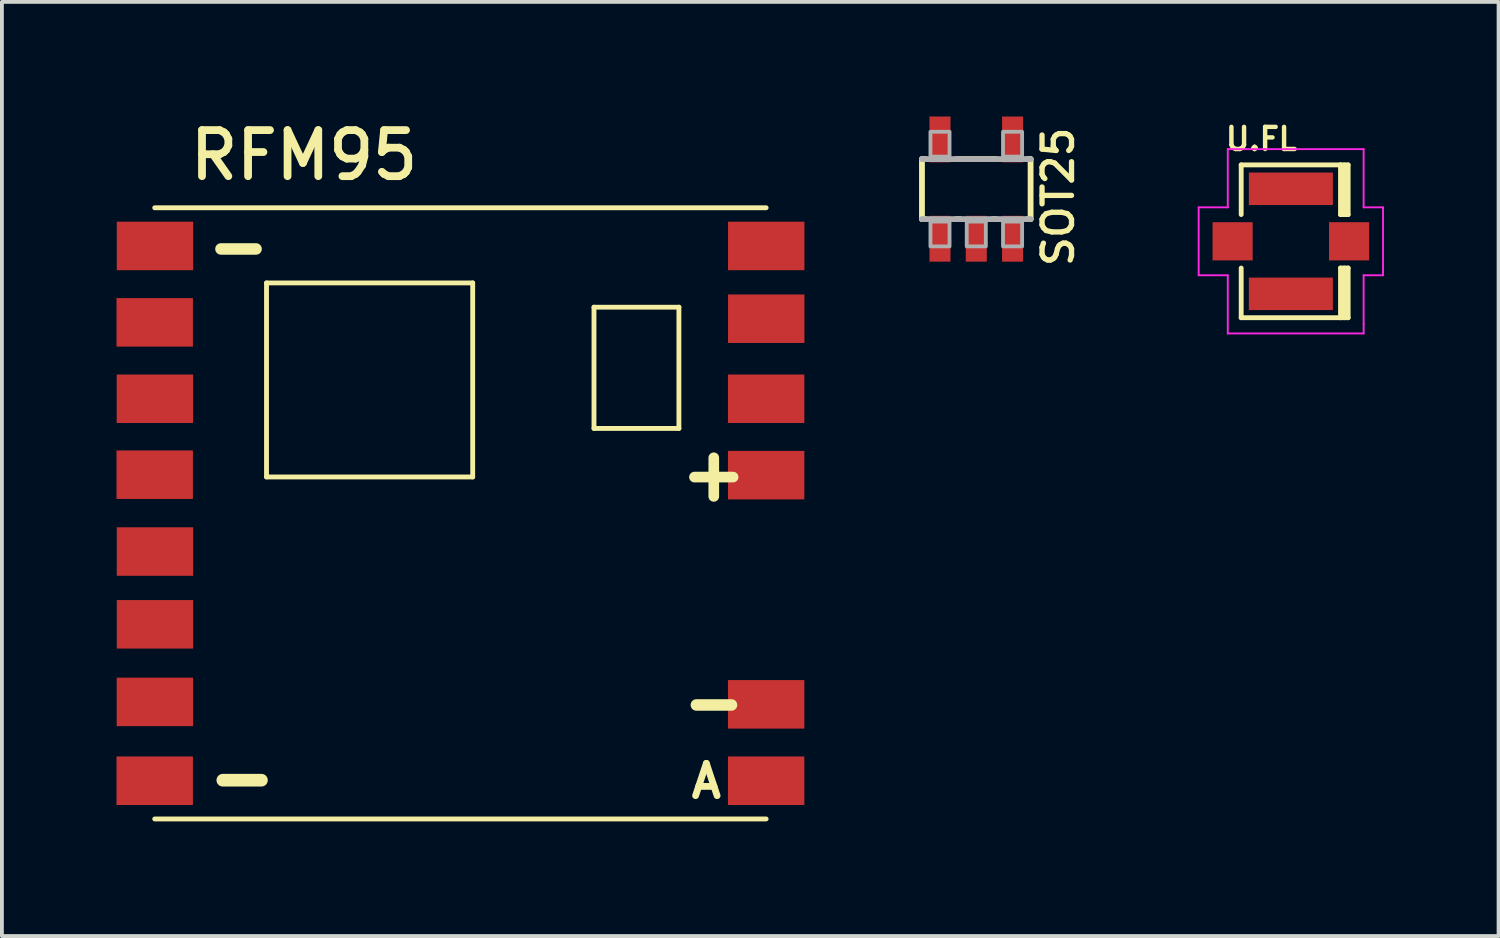
<source format=kicad_pcb>
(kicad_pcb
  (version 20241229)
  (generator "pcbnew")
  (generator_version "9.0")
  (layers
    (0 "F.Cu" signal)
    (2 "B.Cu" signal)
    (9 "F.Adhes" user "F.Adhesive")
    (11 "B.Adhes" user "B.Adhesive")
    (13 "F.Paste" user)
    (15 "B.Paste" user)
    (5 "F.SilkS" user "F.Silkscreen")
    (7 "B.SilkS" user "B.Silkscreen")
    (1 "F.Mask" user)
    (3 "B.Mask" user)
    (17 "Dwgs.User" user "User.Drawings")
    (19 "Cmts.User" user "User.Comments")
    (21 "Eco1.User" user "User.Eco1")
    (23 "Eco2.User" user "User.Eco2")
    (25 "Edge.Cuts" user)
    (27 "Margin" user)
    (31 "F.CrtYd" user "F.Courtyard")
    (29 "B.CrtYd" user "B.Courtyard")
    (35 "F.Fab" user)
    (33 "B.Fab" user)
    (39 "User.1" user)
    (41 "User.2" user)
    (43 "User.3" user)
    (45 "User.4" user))
  (footprint "RFM95"
    (layer "F.Cu")
    (at 11.23 10.389)
    (property "Reference" "RFM95" (at -3.23 -10.08 0) (layer "F.SilkS") (effects (font (size 1.206 1.206) (thickness 0.203)) (justify right top)))
    (attr through_hole)
    (fp_line (start -10.23 8) (end 5.777 8) (stroke (width 0.127) (type solid)) (layer "F.SilkS"))
    (fp_line (start -7.303 -6.032) (end -7.303 -0.953) (stroke (width 0.127) (type solid)) (layer "F.SilkS"))
    (fp_line (start -7.303 -0.953) (end -1.905 -0.953) (stroke (width 0.127) (type solid)) (layer "F.SilkS"))
    (fp_line (start -1.905 -6.032) (end -7.303 -6.032) (stroke (width 0.127) (type solid)) (layer "F.SilkS"))
    (fp_line (start -1.905 -0.953) (end -1.905 -6.032) (stroke (width 0.127) (type solid)) (layer "F.SilkS"))
    (fp_line (start 1.27 -5.397) (end 1.27 -2.223) (stroke (width 0.127) (type solid)) (layer "F.SilkS"))
    (fp_line (start 1.27 -2.223) (end 3.493 -2.223) (stroke (width 0.127) (type solid)) (layer "F.SilkS"))
    (fp_line (start 3.493 -5.397) (end 1.27 -5.397) (stroke (width 0.127) (type solid)) (layer "F.SilkS"))
    (fp_line (start 3.493 -2.223) (end 3.493 -5.397) (stroke (width 0.127) (type solid)) (layer "F.SilkS"))
    (fp_line (start 5.777 -8) (end -10.23 -8) (stroke (width 0.127) (type solid)) (layer "F.SilkS"))
    (fp_text user "+" (at 3.401 -0.267 0) (layer "F.SilkS") (effects (font (size 1.327 1.327) (thickness 0.279)) (justify left bottom)))
    (fp_text user "A" (at 3.732 7.503 0) (layer "F.SilkS") (effects (font (size 0.845 0.845) (thickness 0.178)) (justify left bottom)))
    (fp_text user "-" (at -8.981 -6.299 0) (layer "F.SilkS") (effects (font (size 1.206 1.206) (thickness 0.318)) (justify left bottom)))
    (fp_text user "-" (at 3.465 5.639 0) (layer "F.SilkS") (effects (font (size 1.206 1.206) (thickness 0.318)) (justify left bottom)))
    (fp_text user "-" (at -8.981 7.671 0) (layer "F.SilkS") (effects (font (size 1.327 1.327) (thickness 0.349)) (justify left bottom)))
    (pad "ANT" smd rect (at 5.777 7) (size 2 1.27) (layers "F.Cu" "F.Mask" "F.Paste"))
    (pad "DIO0" smd rect (at 5.777 -3) (size 2 1.27) (layers "F.Cu" "F.Mask" "F.Paste"))
    (pad "DIO1" smd rect (at 5.779 -5.095 180) (size 2 1.27) (layers "F.Cu" "F.Mask" "F.Paste"))
    (pad "DIO2" smd rect (at 5.779 -7 180) (size 2 1.27) (layers "F.Cu" "F.Mask" "F.Paste"))
    (pad "DIO5" smd rect (at -10.225 4.936) (size 2 1.27) (layers "F.Cu" "F.Mask" "F.Paste"))
    (pad "GND" smd rect (at 5.777 5) (size 2 1.27) (layers "F.Cu" "F.Mask" "F.Paste"))
    (pad "GND1" smd rect (at -10.223 -7 180) (size 2 1.27) (layers "F.Cu" "F.Mask" "F.Paste"))
    (pad "GND2" smd rect (at -10.23 7) (size 2 1.27) (layers "F.Cu" "F.Mask" "F.Paste"))
    (pad "MISO" smd rect (at -10.23 -5) (size 2 1.27) (layers "F.Cu" "F.Mask" "F.Paste"))
    (pad "MOSI" smd rect (at -10.225 -3) (size 2 1.27) (layers "F.Cu" "F.Mask" "F.Paste"))
    (pad "NSS" smd rect (at -10.223 1 180) (size 2 1.27) (layers "F.Cu" "F.Mask" "F.Paste"))
    (pad "RST" smd rect (at -10.223 2.905 180) (size 2 1.27) (layers "F.Cu" "F.Mask" "F.Paste"))
    (pad "SCK" smd rect (at -10.23 -1.012) (size 2 1.27) (layers "F.Cu" "F.Mask" "F.Paste"))
    (pad "VDD" smd rect (at 5.777 -1) (size 2 1.27) (layers "F.Cu" "F.Mask" "F.Paste")))
  (footprint "U.FL"
    (layer "F.Cu")
    (at 30.743 3.267)
    (property "Reference" "U.FL" (at -1.77 -2.34 0) (layer "F.SilkS") (effects (font (size 0.579 0.579) (thickness 0.116)) (justify left bottom)))
    (attr smd)
    (fp_line (start -1.3 -0.7) (end -1.3 -2) (stroke (width 0.127) (type solid)) (layer "F.SilkS"))
    (fp_line (start -1.3 2) (end -1.3 0.7) (stroke (width 0.127) (type solid)) (layer "F.SilkS"))
    (fp_line (start -1.3 2) (end 1.3 2) (stroke (width 0.127) (type solid)) (layer "F.SilkS"))
    (fp_line (start 1.3 -2) (end -1.3 -2) (stroke (width 0.127) (type solid)) (layer "F.SilkS"))
    (fp_line (start 1.3 -0.7) (end 1.3 -2) (stroke (width 0.127) (type solid)) (layer "F.SilkS"))
    (fp_line (start 1.3 2) (end 1.3 0.7) (stroke (width 0.127) (type solid)) (layer "F.SilkS"))
    (fp_line (start 1.4 -0.7) (end 1.4 -2) (stroke (width 0.127) (type solid)) (layer "F.SilkS"))
    (fp_line (start 1.4 2) (end 1.4 0.7) (stroke (width 0.127) (type solid)) (layer "F.SilkS"))
    (fp_line (start 1.5 -2) (end 1.3 -2) (stroke (width 0.127) (type solid)) (layer "F.SilkS"))
    (fp_line (start 1.5 -0.7) (end 1.3 -0.7) (stroke (width 0.127) (type solid)) (layer "F.SilkS"))
    (fp_line (start 1.5 -0.7) (end 1.5 -2) (stroke (width 0.127) (type solid)) (layer "F.SilkS"))
    (fp_line (start 1.5 0.7) (end 1.3 0.7) (stroke (width 0.127) (type solid)) (layer "F.SilkS"))
    (fp_line (start 1.5 2) (end 1.3 2) (stroke (width 0.127) (type solid)) (layer "F.SilkS"))
    (fp_line (start 1.5 2) (end 1.5 0.7) (stroke (width 0.127) (type solid)) (layer "F.SilkS"))
    (fp_line (start -2.413 -0.889) (end -1.651 -0.889) (stroke (width 0.05) (type solid)) (layer "F.CrtYd"))
    (fp_line (start -2.413 0.889) (end -2.413 -0.889) (stroke (width 0.05) (type solid)) (layer "F.CrtYd"))
    (fp_line (start -1.651 -2.413) (end -1.524 -2.413) (stroke (width 0.05) (type solid)) (layer "F.CrtYd"))
    (fp_line (start -1.651 -0.889) (end -1.651 -2.413) (stroke (width 0.05) (type solid)) (layer "F.CrtYd"))
    (fp_line (start -1.651 0.889) (end -2.413 0.889) (stroke (width 0.05) (type solid)) (layer "F.CrtYd"))
    (fp_line (start -1.651 2.413) (end -1.651 0.889) (stroke (width 0.05) (type solid)) (layer "F.CrtYd"))
    (fp_line (start -1.524 -2.413) (end 1.905 -2.413) (stroke (width 0.05) (type solid)) (layer "F.CrtYd"))
    (fp_line (start 1.905 -2.413) (end 1.905 -0.889) (stroke (width 0.05) (type solid)) (layer "F.CrtYd"))
    (fp_line (start 1.905 -0.889) (end 2.413 -0.889) (stroke (width 0.05) (type solid)) (layer "F.CrtYd"))
    (fp_line (start 1.905 0.889) (end 1.905 2.159) (stroke (width 0.05) (type solid)) (layer "F.CrtYd"))
    (fp_line (start 1.905 2.159) (end 1.905 2.413) (stroke (width 0.05) (type solid)) (layer "F.CrtYd"))
    (fp_line (start 1.905 2.413) (end -1.651 2.413) (stroke (width 0.05) (type solid)) (layer "F.CrtYd"))
    (fp_line (start 2.413 -0.889) (end 2.413 0.762) (stroke (width 0.05) (type solid)) (layer "F.CrtYd"))
    (fp_line (start 2.413 0.762) (end 2.413 0.889) (stroke (width 0.05) (type solid)) (layer "F.CrtYd"))
    (fp_line (start 2.413 0.889) (end 1.905 0.889) (stroke (width 0.05) (type solid)) (layer "F.CrtYd"))
    (pad "1" smd rect (at 0 -1.375) (size 2.2 0.85) (layers "F.Cu" "F.Mask" "F.Paste"))
    (pad "2" smd rect (at 0 1.375) (size 2.2 0.85) (layers "F.Cu" "F.Mask" "F.Paste"))
    (pad "FEED" smd rect (at 1.525 0) (size 1.05 1) (layers "F.Cu" "F.Mask" "F.Paste"))
    (pad "NC" smd rect (at -1.525 0) (size 1.05 1) (layers "F.Cu" "F.Mask" "F.Paste")))
  (footprint "SOT25"
    (layer "F.Cu")
    (at 22.508 1.9)
    (property "Reference" "SOT25" (at 2.595 2.095 90) (layer "F.SilkS") (effects (font (size 0.772 0.772) (thickness 0.139)) (justify left bottom)))
    (attr smd)
    (fp_line (start -1.422 -0.785) (end -1.328 -0.785) (stroke (width 0.152) (type solid)) (layer "F.SilkS"))
    (fp_line (start -1.422 0.785) (end -1.422 -0.785) (stroke (width 0.152) (type solid)) (layer "F.SilkS"))
    (fp_line (start -1.328 0.785) (end -1.422 0.785) (stroke (width 0.152) (type solid)) (layer "F.SilkS"))
    (fp_line (start -0.522 -0.785) (end 0.522 -0.785) (stroke (width 0.152) (type solid)) (layer "F.SilkS"))
    (fp_line (start -0.428 0.785) (end -0.522 0.785) (stroke (width 0.152) (type solid)) (layer "F.SilkS"))
    (fp_line (start 0.522 0.785) (end 0.428 0.785) (stroke (width 0.152) (type solid)) (layer "F.SilkS"))
    (fp_line (start 1.328 -0.785) (end 1.422 -0.785) (stroke (width 0.152) (type solid)) (layer "F.SilkS"))
    (fp_line (start 1.422 -0.785) (end 1.422 0.785) (stroke (width 0.152) (type solid)) (layer "F.SilkS"))
    (fp_line (start 1.422 0.785) (end 1.328 0.785) (stroke (width 0.152) (type solid)) (layer "F.SilkS"))
    (fp_line (start -1.422 -0.785) (end 1.422 -0.785) (stroke (width 0.152) (type solid)) (layer "F.Fab"))
    (fp_line (start 1.422 0.785) (end -1.422 0.785) (stroke (width 0.152) (type solid)) (layer "F.Fab"))
    (fp_poly (pts (xy -1.2 -0.85) (xy -0.7 -0.85) (xy -0.7 -1.5) (xy -1.2 -1.5)) (stroke (width 0.1) (type solid)) (fill no) (layer "F.Fab"))
    (fp_poly (pts (xy -1.2 1.5) (xy -0.7 1.5) (xy -0.7 0.85) (xy -1.2 0.85)) (stroke (width 0.1) (type solid)) (fill no) (layer "F.Fab"))
    (fp_poly (pts (xy -0.25 1.5) (xy 0.25 1.5) (xy 0.25 0.85) (xy -0.25 0.85)) (stroke (width 0.1) (type solid)) (fill no) (layer "F.Fab"))
    (fp_poly (pts (xy 0.7 -0.85) (xy 1.2 -0.85) (xy 1.2 -1.5) (xy 0.7 -1.5)) (stroke (width 0.1) (type solid)) (fill no) (layer "F.Fab"))
    (fp_poly (pts (xy 0.7 1.5) (xy 1.2 1.5) (xy 1.2 0.85) (xy 0.7 0.85)) (stroke (width 0.1) (type solid)) (fill no) (layer "F.Fab"))
    (pad "1" smd rect (at -0.95 1.3) (size 0.55 1.2) (layers "F.Cu" "F.Mask" "F.Paste"))
    (pad "2" smd rect (at 0 1.3) (size 0.55 1.2) (layers "F.Cu" "F.Mask" "F.Paste"))
    (pad "3" smd rect (at 0.95 1.3) (size 0.55 1.2) (layers "F.Cu" "F.Mask" "F.Paste"))
    (pad "4" smd rect (at 0.95 -1.3) (size 0.55 1.2) (layers "F.Cu" "F.Mask" "F.Paste"))
    (pad "5" smd rect (at -0.95 -1.3) (size 0.55 1.2) (layers "F.Cu" "F.Mask" "F.Paste")))
  (gr_rect
    (start -3 -3)
    (end 36.181 21.455)
    (stroke (width 0.1) (type default))
    (fill no)
    (layer "Edge.Cuts")))
</source>
